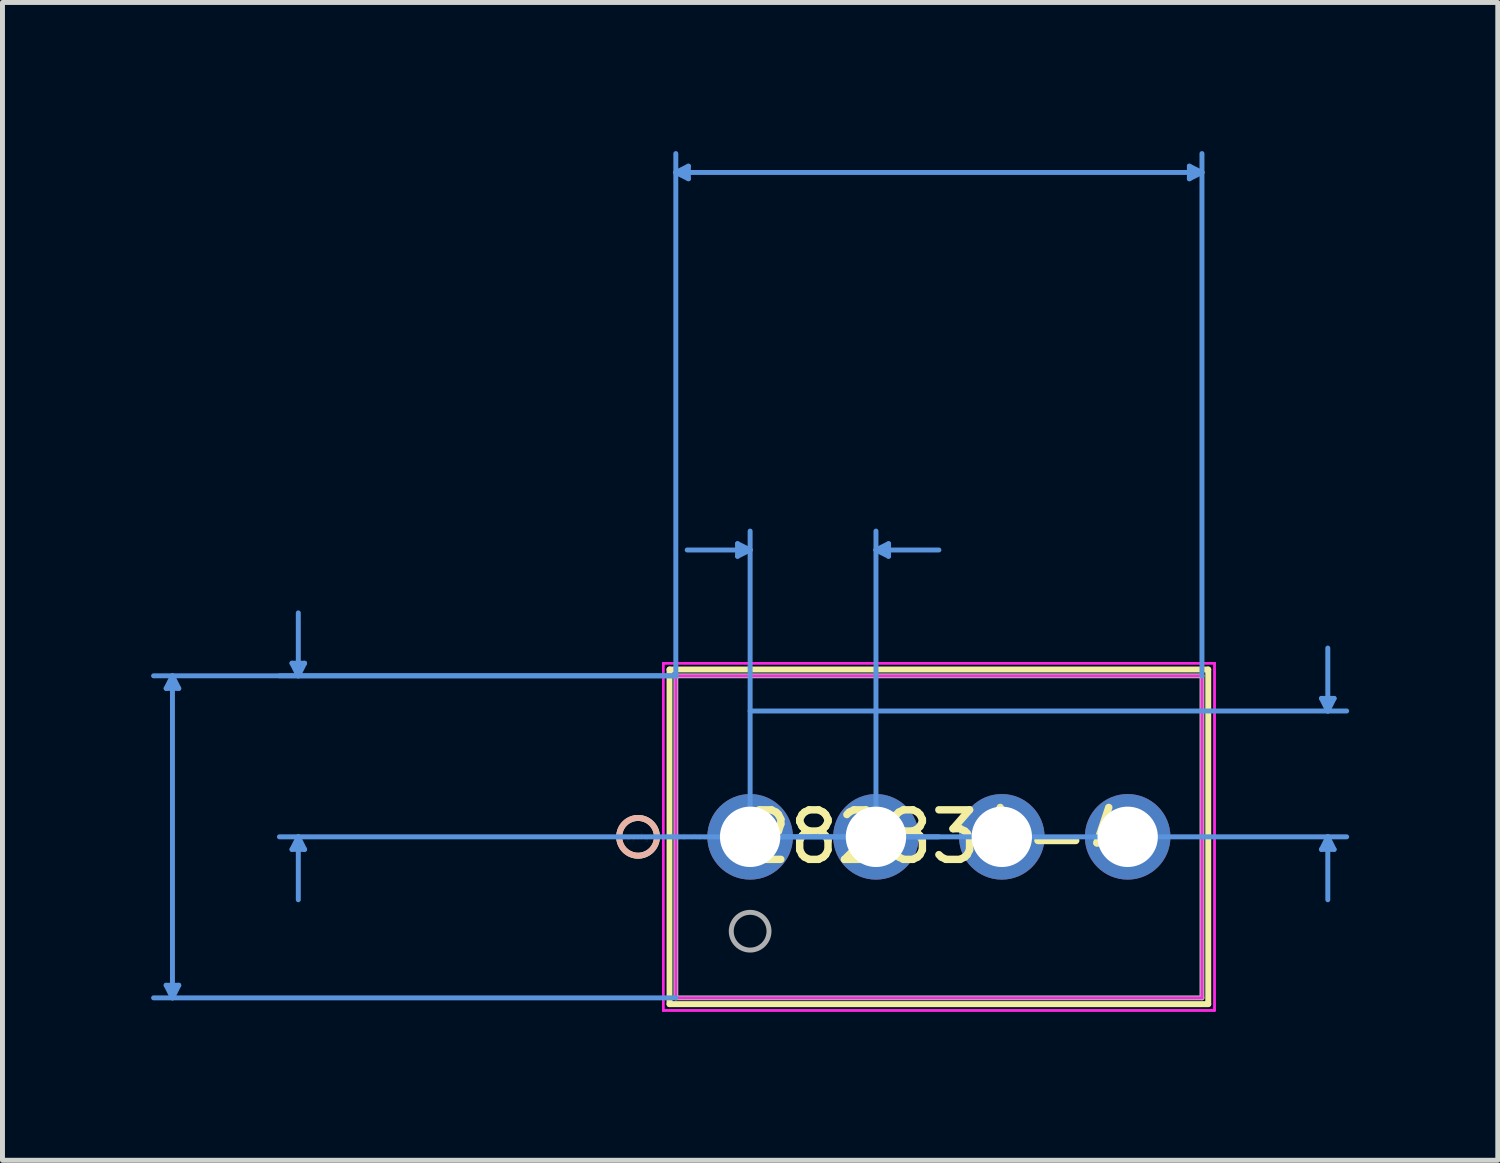
<source format=kicad_pcb>
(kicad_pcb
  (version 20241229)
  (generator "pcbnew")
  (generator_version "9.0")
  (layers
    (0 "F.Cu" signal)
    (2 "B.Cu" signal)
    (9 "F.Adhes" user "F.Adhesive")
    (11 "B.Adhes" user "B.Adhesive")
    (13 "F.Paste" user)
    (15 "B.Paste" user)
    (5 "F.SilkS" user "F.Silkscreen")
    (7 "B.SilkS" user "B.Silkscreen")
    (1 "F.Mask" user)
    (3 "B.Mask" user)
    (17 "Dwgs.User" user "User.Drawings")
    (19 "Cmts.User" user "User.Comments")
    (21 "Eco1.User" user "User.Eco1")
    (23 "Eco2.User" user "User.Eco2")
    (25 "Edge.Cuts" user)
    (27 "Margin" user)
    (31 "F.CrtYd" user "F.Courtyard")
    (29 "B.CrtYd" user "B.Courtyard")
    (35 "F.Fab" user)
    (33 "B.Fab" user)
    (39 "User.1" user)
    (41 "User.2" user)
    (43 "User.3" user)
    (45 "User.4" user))
  (footprint "282834-4"
    (layer "F.Cu")
    (at 12.091 13.841)
    (property "Reference" "282834-4" (at 3.81 0 0) (layer "F.SilkS") (effects (font (size 1 1) (thickness 0.15))))
    (attr through_hole)
    (fp_line (start -1.627 -3.377) (end -1.627 3.377) (stroke (width 0.12) (type solid)) (layer "F.SilkS"))
    (fp_line (start -1.627 3.377) (end 9.247 3.377) (stroke (width 0.12) (type solid)) (layer "F.SilkS"))
    (fp_line (start 9.247 -3.377) (end -1.627 -3.377) (stroke (width 0.12) (type solid)) (layer "F.SilkS"))
    (fp_line (start 9.247 3.377) (end 9.247 -3.377) (stroke (width 0.12) (type solid)) (layer "F.SilkS"))
    (fp_circle (center -2.262 0) (end -1.881 0) (stroke (width 0.12) (type solid)) (fill no) (layer "F.SilkS"))
    (fp_circle (center -2.262 0) (end -1.881 0) (stroke (width 0.12) (type solid)) (fill no) (layer "B.SilkS"))
    (fp_line (start -11.787 -2.996) (end -11.533 -2.996) (stroke (width 0.1) (type solid)) (layer "Cmts.User"))
    (fp_line (start -11.787 2.996) (end -11.533 2.996) (stroke (width 0.1) (type solid)) (layer "Cmts.User"))
    (fp_line (start -11.66 -3.25) (end -11.787 -2.996) (stroke (width 0.1) (type solid)) (layer "Cmts.User"))
    (fp_line (start -11.66 -3.25) (end -11.66 3.25) (stroke (width 0.1) (type solid)) (layer "Cmts.User"))
    (fp_line (start -11.66 -3.25) (end -11.533 -2.996) (stroke (width 0.1) (type solid)) (layer "Cmts.User"))
    (fp_line (start -11.66 3.25) (end -11.787 2.996) (stroke (width 0.1) (type solid)) (layer "Cmts.User"))
    (fp_line (start -11.66 3.25) (end -11.533 2.996) (stroke (width 0.1) (type solid)) (layer "Cmts.User"))
    (fp_line (start -9.247 -3.504) (end -8.993 -3.504) (stroke (width 0.1) (type solid)) (layer "Cmts.User"))
    (fp_line (start -9.247 0.254) (end -8.993 0.254) (stroke (width 0.1) (type solid)) (layer "Cmts.User"))
    (fp_line (start -9.12 -3.25) (end -9.247 -3.504) (stroke (width 0.1) (type solid)) (layer "Cmts.User"))
    (fp_line (start -9.12 -3.25) (end -9.12 -4.52) (stroke (width 0.1) (type solid)) (layer "Cmts.User"))
    (fp_line (start -9.12 -3.25) (end -8.993 -3.504) (stroke (width 0.1) (type solid)) (layer "Cmts.User"))
    (fp_line (start -9.12 0) (end -9.247 0.254) (stroke (width 0.1) (type solid)) (layer "Cmts.User"))
    (fp_line (start -9.12 0) (end -9.12 1.27) (stroke (width 0.1) (type solid)) (layer "Cmts.User"))
    (fp_line (start -9.12 0) (end -8.993 0.254) (stroke (width 0.1) (type solid)) (layer "Cmts.User"))
    (fp_line (start -1.5 -13.41) (end -1.246 -13.537) (stroke (width 0.1) (type solid)) (layer "Cmts.User"))
    (fp_line (start -1.5 -13.41) (end -1.246 -13.283) (stroke (width 0.1) (type solid)) (layer "Cmts.User"))
    (fp_line (start -1.5 -13.41) (end 9.12 -13.41) (stroke (width 0.1) (type solid)) (layer "Cmts.User"))
    (fp_line (start -1.5 -3.25) (end -12.041 -3.25) (stroke (width 0.1) (type solid)) (layer "Cmts.User"))
    (fp_line (start -1.5 -3.25) (end -9.501 -3.25) (stroke (width 0.1) (type solid)) (layer "Cmts.User"))
    (fp_line (start -1.5 -3.25) (end -1.5 -13.791) (stroke (width 0.1) (type solid)) (layer "Cmts.User"))
    (fp_line (start -1.5 3.25) (end -12.041 3.25) (stroke (width 0.1) (type solid)) (layer "Cmts.User"))
    (fp_line (start -1.246 -13.537) (end -1.246 -13.283) (stroke (width 0.1) (type solid)) (layer "Cmts.User"))
    (fp_line (start -0.254 -5.917) (end -0.254 -5.663) (stroke (width 0.1) (type solid)) (layer "Cmts.User"))
    (fp_line (start 0 -5.79) (end -1.27 -5.79) (stroke (width 0.1) (type solid)) (layer "Cmts.User"))
    (fp_line (start 0 -5.79) (end -0.254 -5.917) (stroke (width 0.1) (type solid)) (layer "Cmts.User"))
    (fp_line (start 0 -5.79) (end -0.254 -5.663) (stroke (width 0.1) (type solid)) (layer "Cmts.User"))
    (fp_line (start 0 -2.54) (end 12.041 -2.54) (stroke (width 0.1) (type solid)) (layer "Cmts.User"))
    (fp_line (start 0 0) (end 0 -6.171) (stroke (width 0.1) (type solid)) (layer "Cmts.User"))
    (fp_line (start 0 0) (end 12.041 0) (stroke (width 0.1) (type solid)) (layer "Cmts.User"))
    (fp_line (start 2.54 -5.79) (end 2.794 -5.917) (stroke (width 0.1) (type solid)) (layer "Cmts.User"))
    (fp_line (start 2.54 -5.79) (end 2.794 -5.663) (stroke (width 0.1) (type solid)) (layer "Cmts.User"))
    (fp_line (start 2.54 -5.79) (end 3.81 -5.79) (stroke (width 0.1) (type solid)) (layer "Cmts.User"))
    (fp_line (start 2.54 0) (end 2.54 -6.171) (stroke (width 0.1) (type solid)) (layer "Cmts.User"))
    (fp_line (start 2.794 -5.917) (end 2.794 -5.663) (stroke (width 0.1) (type solid)) (layer "Cmts.User"))
    (fp_line (start 3.81 0) (end -9.501 0) (stroke (width 0.1) (type solid)) (layer "Cmts.User"))
    (fp_line (start 8.866 -13.537) (end 8.866 -13.283) (stroke (width 0.1) (type solid)) (layer "Cmts.User"))
    (fp_line (start 9.12 -13.41) (end 8.866 -13.537) (stroke (width 0.1) (type solid)) (layer "Cmts.User"))
    (fp_line (start 9.12 -13.41) (end 8.866 -13.283) (stroke (width 0.1) (type solid)) (layer "Cmts.User"))
    (fp_line (start 9.12 -3.25) (end 9.12 -13.791) (stroke (width 0.1) (type solid)) (layer "Cmts.User"))
    (fp_line (start 11.533 -2.794) (end 11.787 -2.794) (stroke (width 0.1) (type solid)) (layer "Cmts.User"))
    (fp_line (start 11.533 0.254) (end 11.787 0.254) (stroke (width 0.1) (type solid)) (layer "Cmts.User"))
    (fp_line (start 11.66 -2.54) (end 11.533 -2.794) (stroke (width 0.1) (type solid)) (layer "Cmts.User"))
    (fp_line (start 11.66 -2.54) (end 11.66 -3.81) (stroke (width 0.1) (type solid)) (layer "Cmts.User"))
    (fp_line (start 11.66 -2.54) (end 11.787 -2.794) (stroke (width 0.1) (type solid)) (layer "Cmts.User"))
    (fp_line (start 11.66 0) (end 11.533 0.254) (stroke (width 0.1) (type solid)) (layer "Cmts.User"))
    (fp_line (start 11.66 0) (end 11.66 1.27) (stroke (width 0.1) (type solid)) (layer "Cmts.User"))
    (fp_line (start 11.66 0) (end 11.787 0.254) (stroke (width 0.1) (type solid)) (layer "Cmts.User"))
    (fp_line (start -1.754 -3.504) (end -1.754 3.504) (stroke (width 0.05) (type solid)) (layer "F.CrtYd"))
    (fp_line (start -1.754 -3.504) (end -1.754 3.504) (stroke (width 0.05) (type solid)) (layer "F.CrtYd"))
    (fp_line (start -1.754 3.504) (end 9.374 3.504) (stroke (width 0.05) (type solid)) (layer "F.CrtYd"))
    (fp_line (start -1.754 3.504) (end 9.374 3.504) (stroke (width 0.05) (type solid)) (layer "F.CrtYd"))
    (fp_line (start -1.5 -3.25) (end -1.5 3.25) (stroke (width 0.05) (type solid)) (layer "F.CrtYd"))
    (fp_line (start -1.5 3.25) (end 9.12 3.25) (stroke (width 0.05) (type solid)) (layer "F.CrtYd"))
    (fp_line (start 9.12 -3.25) (end -1.5 -3.25) (stroke (width 0.05) (type solid)) (layer "F.CrtYd"))
    (fp_line (start 9.12 3.25) (end 9.12 -3.25) (stroke (width 0.05) (type solid)) (layer "F.CrtYd"))
    (fp_line (start 9.374 -3.504) (end -1.754 -3.504) (stroke (width 0.05) (type solid)) (layer "F.CrtYd"))
    (fp_line (start 9.374 -3.504) (end -1.754 -3.504) (stroke (width 0.05) (type solid)) (layer "F.CrtYd"))
    (fp_line (start 9.374 3.504) (end 9.374 -3.504) (stroke (width 0.05) (type solid)) (layer "F.CrtYd"))
    (fp_line (start 9.374 3.504) (end 9.374 -3.504) (stroke (width 0.05) (type solid)) (layer "F.CrtYd"))
    (fp_line (start -1.5 -3.25) (end -1.5 3.25) (stroke (width 0.1) (type solid)) (layer "F.Fab"))
    (fp_line (start -1.5 3.25) (end 9.12 3.25) (stroke (width 0.1) (type solid)) (layer "F.Fab"))
    (fp_line (start 9.12 -3.25) (end -1.5 -3.25) (stroke (width 0.1) (type solid)) (layer "F.Fab"))
    (fp_line (start 9.12 3.25) (end 9.12 -3.25) (stroke (width 0.1) (type solid)) (layer "F.Fab"))
    (fp_circle (center 0 1.905) (end 0.381 1.905) (stroke (width 0.1) (type solid)) (fill no) (layer "F.Fab"))
    (fp_text user "*" (at 0 0 0) (layer "F.SilkS") (effects (font (size 1 1) (thickness 0.15))))
    (fp_text user "Copyright 2021 Accelerated Designs. All rights reserved." (at 0 0 0) (layer "Cmts.User") (effects (font (size 0.127 0.127) (thickness 0.002))))
    (fp_text user "*" (at 0 0 0) (layer "F.Fab") (effects (font (size 1 1) (thickness 0.15))))
    (pad "1" thru_hole circle (at 0 0) (size 1.727 1.727) (drill 1.219) (layers "*.Cu" "*.Mask"))
    (pad "2" thru_hole circle (at 2.54 0) (size 1.727 1.727) (drill 1.219) (layers "*.Cu" "*.Mask"))
    (pad "3" thru_hole circle (at 5.08 0) (size 1.727 1.727) (drill 1.219) (layers "*.Cu" "*.Mask"))
    (pad "4" thru_hole circle (at 7.62 0) (size 1.727 1.727) (drill 1.219) (layers "*.Cu" "*.Mask")))
  (gr_rect
    (start -3 -3)
    (end 27.182 20.37)
    (stroke (width 0.1) (type default))
    (fill no)
    (layer "Edge.Cuts")))
</source>
